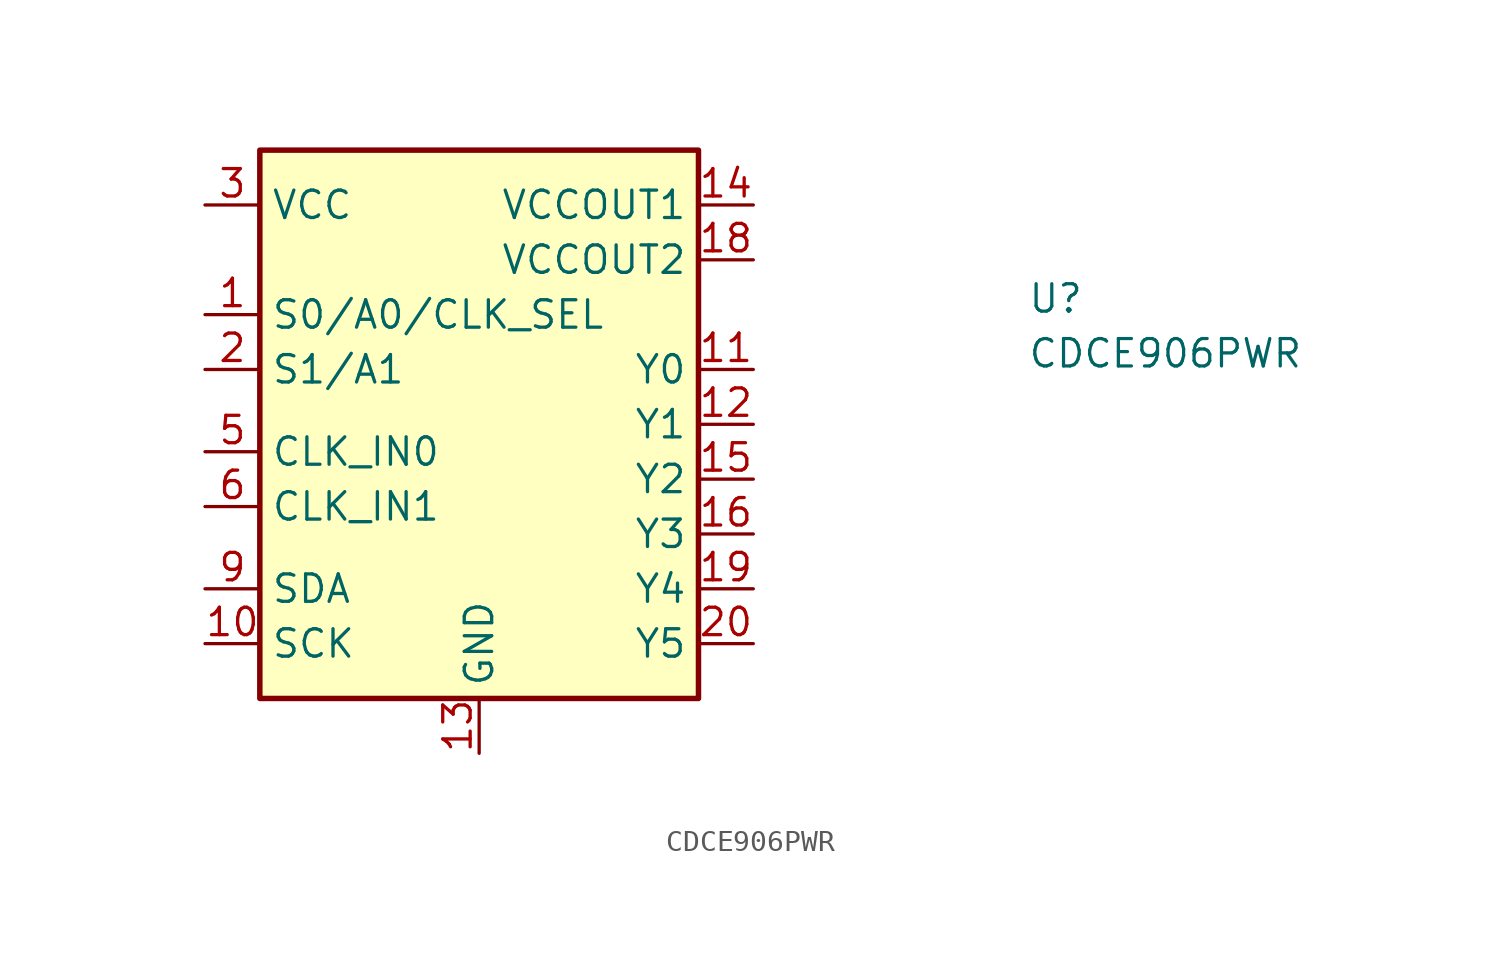
<source format=kicad_sym>
(kicad_symbol_lib
  (version 20211014)
  (generator kicad_symbol_editor)
  (symbol "CDCE906PWR"
    (pin_names)
    (property "Reference" "U"
      (at 38.1 -5.08 0)
      (effects (font (size 1.27 1.27) (thickness 0.15)) (justify left bottom)))
    (property "Value" "CDCE906PWR"
      (at 38.1 -7.62 0)
      (effects (font (size 1.27 1.27) (thickness 0.15)) (justify left bottom)))
    (symbol "CDCE906PWR_1_1"
      (rectangle (start 2.54 2.54) (end 22.86 -22.86) (stroke (width 0.254) (type default) (color 0 0 0 0)) (fill (type background)))
      (pin input line (at 0 -5.08 0) (length 2.54) (name "S0/A0/CLK_SEL" (effects (font (size 1.27 1.27) (thickness 0.15)))) (number "1" (effects (font (size 1.27 1.27) (thickness 0.15)))))
      (pin bidirectional line (at 0 -20.32 0) (length 2.54) (name "SCK" (effects (font (size 1.27 1.27) (thickness 0.15)))) (number "10" (effects (font (size 1.27 1.27) (thickness 0.15)))))
      (pin tri_state line (at 25.4 -7.62 180) (length 2.54) (name "Y0" (effects (font (size 1.27 1.27) (thickness 0.15)))) (number "11" (effects (font (size 1.27 1.27) (thickness 0.15)))))
      (pin tri_state line (at 25.4 -10.16 180) (length 2.54) (name "Y1" (effects (font (size 1.27 1.27) (thickness 0.15)))) (number "12" (effects (font (size 1.27 1.27) (thickness 0.15)))))
      (pin passive line (at 12.7 -25.4 90) (length 2.54) (name "GND" (effects (font (size 1.27 1.27) (thickness 0.15)))) (number "13" (effects (font (size 1.27 1.27) (thickness 0.15)))))
      (pin power_in line (at 25.4 0 180) (length 2.54) (name "VCCOUT1" (effects (font (size 1.27 1.27) (thickness 0.15)))) (number "14" (effects (font (size 1.27 1.27) (thickness 0.15)))))
      (pin tri_state line (at 25.4 -12.7 180) (length 2.54) (name "Y2" (effects (font (size 1.27 1.27) (thickness 0.15)))) (number "15" (effects (font (size 1.27 1.27) (thickness 0.15)))))
      (pin tri_state line (at 25.4 -15.24 180) (length 2.54) (name "Y3" (effects (font (size 1.27 1.27) (thickness 0.15)))) (number "16" (effects (font (size 1.27 1.27) (thickness 0.15)))))
      (pin passive line (at 12.7 -25.4 90) (length 2.54) hide (name "GND" (effects (font (size 1.27 1.27) (thickness 0.15)))) (number "17" (effects (font (size 1.27 1.27) (thickness 0.15)))))
      (pin power_in line (at 25.4 -2.54 180) (length 2.54) (name "VCCOUT2" (effects (font (size 1.27 1.27) (thickness 0.15)))) (number "18" (effects (font (size 1.27 1.27) (thickness 0.15)))))
      (pin tri_state line (at 25.4 -17.78 180) (length 2.54) (name "Y4" (effects (font (size 1.27 1.27) (thickness 0.15)))) (number "19" (effects (font (size 1.27 1.27) (thickness 0.15)))))
      (pin input line (at 0 -7.62 0) (length 2.54) (name "S1/A1" (effects (font (size 1.27 1.27) (thickness 0.15)))) (number "2" (effects (font (size 1.27 1.27) (thickness 0.15)))))
      (pin tri_state line (at 25.4 -20.32 180) (length 2.54) (name "Y5" (effects (font (size 1.27 1.27) (thickness 0.15)))) (number "20" (effects (font (size 1.27 1.27) (thickness 0.15)))))
      (pin power_in line (at 0 0 0) (length 2.54) (name "VCC" (effects (font (size 1.27 1.27) (thickness 0.15)))) (number "3" (effects (font (size 1.27 1.27) (thickness 0.15)))))
      (pin passive line (at 12.7 -25.4 90) (length 2.54) hide (name "GND" (effects (font (size 1.27 1.27) (thickness 0.15)))) (number "4" (effects (font (size 1.27 1.27) (thickness 0.15)))))
      (pin input line (at 0 -11.43 0) (length 2.54) (name "CLK_IN0" (effects (font (size 1.27 1.27) (thickness 0.15)))) (number "5" (effects (font (size 1.27 1.27) (thickness 0.15)))))
      (pin input line (at 0 -13.97 0) (length 2.54) (name "CLK_IN1" (effects (font (size 1.27 1.27) (thickness 0.15)))) (number "6" (effects (font (size 1.27 1.27) (thickness 0.15)))))
      (pin passive line (at 0 0 0) (length 2.54) hide (name "VCC" (effects (font (size 1.27 1.27) (thickness 0.15)))) (number "7" (effects (font (size 1.27 1.27) (thickness 0.15)))))
      (pin passive line (at 12.7 -25.4 90) (length 2.54) hide (name "GND" (effects (font (size 1.27 1.27) (thickness 0.15)))) (number "8" (effects (font (size 1.27 1.27) (thickness 0.15)))))
      (pin bidirectional line (at 0 -17.78 0) (length 2.54) (name "SDA" (effects (font (size 1.27 1.27) (thickness 0.15)))) (number "9" (effects (font (size 1.27 1.27) (thickness 0.15))))))))
</source>
